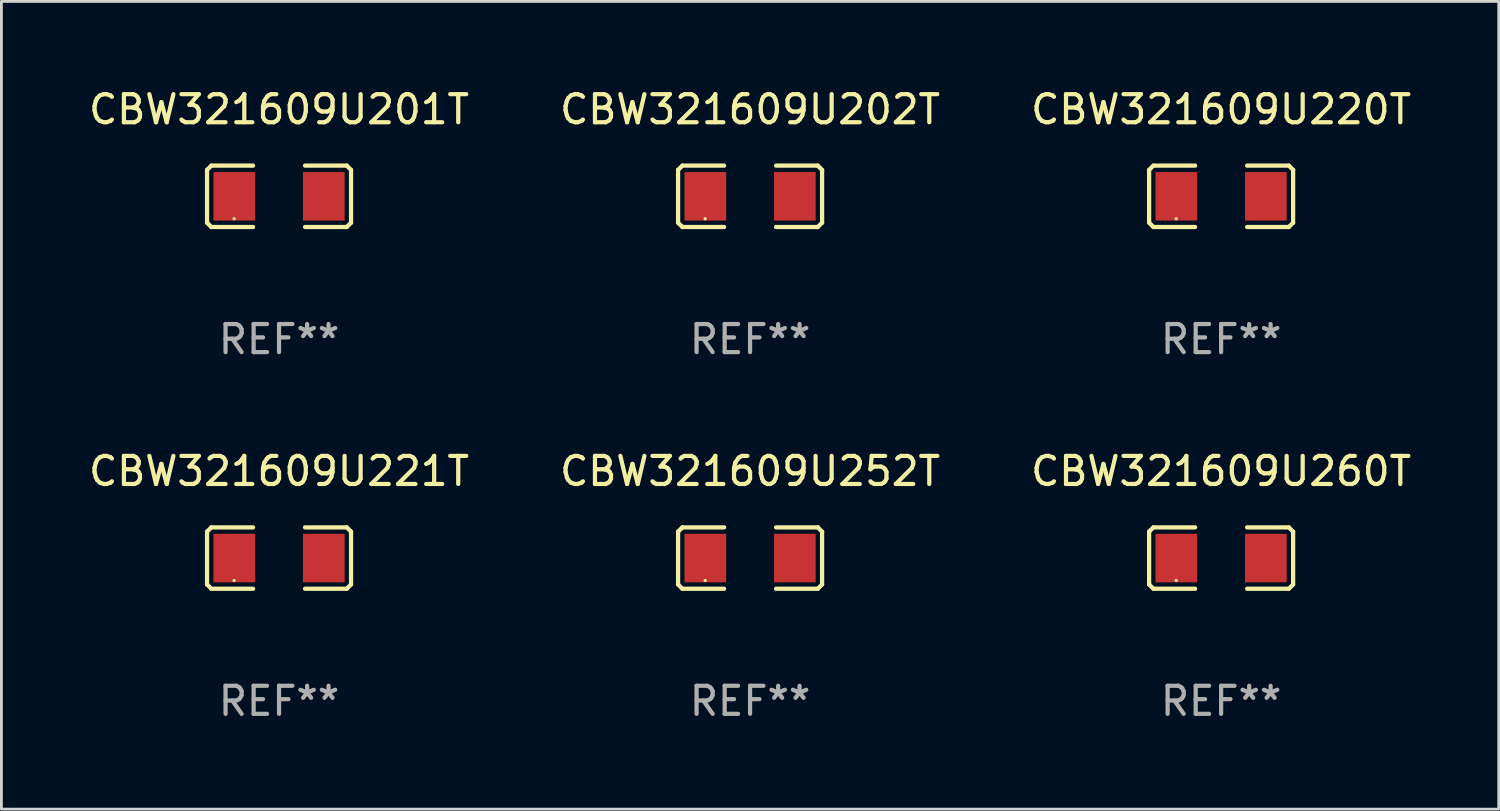
<source format=kicad_pcb>
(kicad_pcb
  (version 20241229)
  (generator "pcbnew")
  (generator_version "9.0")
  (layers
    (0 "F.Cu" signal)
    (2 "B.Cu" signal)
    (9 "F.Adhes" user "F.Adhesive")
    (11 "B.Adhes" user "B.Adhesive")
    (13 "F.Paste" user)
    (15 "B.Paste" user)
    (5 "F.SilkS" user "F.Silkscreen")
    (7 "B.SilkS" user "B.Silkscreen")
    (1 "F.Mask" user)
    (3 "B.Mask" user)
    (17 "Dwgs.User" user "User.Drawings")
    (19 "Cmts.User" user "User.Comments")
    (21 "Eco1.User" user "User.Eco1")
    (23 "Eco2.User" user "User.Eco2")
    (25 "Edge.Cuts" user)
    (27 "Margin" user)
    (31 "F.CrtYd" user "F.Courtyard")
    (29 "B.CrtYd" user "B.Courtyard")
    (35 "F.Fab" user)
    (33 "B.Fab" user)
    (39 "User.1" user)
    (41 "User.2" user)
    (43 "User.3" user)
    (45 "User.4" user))
  (footprint "CBW321609U252T"
    (layer "F.Cu")
    (at 23.661 16.823)
    (property "Reference" "CBW321609U252T" (at 0 -3.093 0) (layer "F.SilkS") (effects (font (size 1 1) (thickness 0.15))))
    (attr through_hole)
    (fp_line (start -2.564 -0.94) (end -2.411 -1.093) (stroke (width 0.152) (type solid)) (layer "F.SilkS"))
    (fp_line (start -2.564 0.94) (end -2.564 -0.94) (stroke (width 0.152) (type solid)) (layer "F.SilkS"))
    (fp_line (start -2.411 -1.093) (end -0.926 -1.093) (stroke (width 0.152) (type solid)) (layer "F.SilkS"))
    (fp_line (start -2.411 1.093) (end -2.564 0.94) (stroke (width 0.152) (type solid)) (layer "F.SilkS"))
    (fp_line (start -0.926 1.093) (end -2.411 1.093) (stroke (width 0.152) (type solid)) (layer "F.SilkS"))
    (fp_line (start 0.926 1.093) (end 2.411 1.093) (stroke (width 0.152) (type solid)) (layer "F.SilkS"))
    (fp_line (start 2.411 -1.093) (end 0.926 -1.093) (stroke (width 0.152) (type solid)) (layer "F.SilkS"))
    (fp_line (start 2.411 1.093) (end 2.564 0.94) (stroke (width 0.152) (type solid)) (layer "F.SilkS"))
    (fp_line (start 2.564 -0.94) (end 2.411 -1.093) (stroke (width 0.152) (type solid)) (layer "F.SilkS"))
    (fp_line (start 2.564 0.94) (end 2.564 -0.94) (stroke (width 0.152) (type solid)) (layer "F.SilkS"))
    (fp_circle (center -1.6 0.8) (end -1.57 0.8) (stroke (width 0.06) (type solid)) (fill no) (layer "F.SilkS"))
    (fp_text user "REF**" (at 0 5.093 0) (layer "F.Fab") (effects (font (size 1 1) (thickness 0.15))))
    (pad "1" smd rect (at -1.593 0) (size 1.485 1.728) (layers "F.Cu" "F.Mask" "F.Paste"))
    (pad "2" smd rect (at 1.593 0) (size 1.485 1.728) (layers "F.Cu" "F.Mask" "F.Paste")))
  (footprint "CBW321609U221T"
    (layer "F.Cu")
    (at 6.887 16.823)
    (property "Reference" "CBW321609U221T" (at 0 -3.093 0) (layer "F.SilkS") (effects (font (size 1 1) (thickness 0.15))))
    (attr through_hole)
    (fp_line (start -2.564 -0.94) (end -2.411 -1.093) (stroke (width 0.152) (type solid)) (layer "F.SilkS"))
    (fp_line (start -2.564 0.94) (end -2.564 -0.94) (stroke (width 0.152) (type solid)) (layer "F.SilkS"))
    (fp_line (start -2.411 -1.093) (end -0.926 -1.093) (stroke (width 0.152) (type solid)) (layer "F.SilkS"))
    (fp_line (start -2.411 1.093) (end -2.564 0.94) (stroke (width 0.152) (type solid)) (layer "F.SilkS"))
    (fp_line (start -0.926 1.093) (end -2.411 1.093) (stroke (width 0.152) (type solid)) (layer "F.SilkS"))
    (fp_line (start 0.926 1.093) (end 2.411 1.093) (stroke (width 0.152) (type solid)) (layer "F.SilkS"))
    (fp_line (start 2.411 -1.093) (end 0.926 -1.093) (stroke (width 0.152) (type solid)) (layer "F.SilkS"))
    (fp_line (start 2.411 1.093) (end 2.564 0.94) (stroke (width 0.152) (type solid)) (layer "F.SilkS"))
    (fp_line (start 2.564 -0.94) (end 2.411 -1.093) (stroke (width 0.152) (type solid)) (layer "F.SilkS"))
    (fp_line (start 2.564 0.94) (end 2.564 -0.94) (stroke (width 0.152) (type solid)) (layer "F.SilkS"))
    (fp_circle (center -1.6 0.8) (end -1.57 0.8) (stroke (width 0.06) (type solid)) (fill no) (layer "F.SilkS"))
    (fp_text user "REF**" (at 0 5.093 0) (layer "F.Fab") (effects (font (size 1 1) (thickness 0.15))))
    (pad "1" smd rect (at -1.593 0) (size 1.485 1.728) (layers "F.Cu" "F.Mask" "F.Paste"))
    (pad "2" smd rect (at 1.593 0) (size 1.485 1.728) (layers "F.Cu" "F.Mask" "F.Paste")))
  (footprint "CBW321609U201T"
    (layer "F.Cu")
    (at 6.887 3.941)
    (property "Reference" "CBW321609U201T" (at 0 -3.093 0) (layer "F.SilkS") (effects (font (size 1 1) (thickness 0.15))))
    (attr through_hole)
    (fp_line (start -2.564 -0.94) (end -2.411 -1.093) (stroke (width 0.152) (type solid)) (layer "F.SilkS"))
    (fp_line (start -2.564 0.94) (end -2.564 -0.94) (stroke (width 0.152) (type solid)) (layer "F.SilkS"))
    (fp_line (start -2.411 -1.093) (end -0.926 -1.093) (stroke (width 0.152) (type solid)) (layer "F.SilkS"))
    (fp_line (start -2.411 1.093) (end -2.564 0.94) (stroke (width 0.152) (type solid)) (layer "F.SilkS"))
    (fp_line (start -0.926 1.093) (end -2.411 1.093) (stroke (width 0.152) (type solid)) (layer "F.SilkS"))
    (fp_line (start 0.926 1.093) (end 2.411 1.093) (stroke (width 0.152) (type solid)) (layer "F.SilkS"))
    (fp_line (start 2.411 -1.093) (end 0.926 -1.093) (stroke (width 0.152) (type solid)) (layer "F.SilkS"))
    (fp_line (start 2.411 1.093) (end 2.564 0.94) (stroke (width 0.152) (type solid)) (layer "F.SilkS"))
    (fp_line (start 2.564 -0.94) (end 2.411 -1.093) (stroke (width 0.152) (type solid)) (layer "F.SilkS"))
    (fp_line (start 2.564 0.94) (end 2.564 -0.94) (stroke (width 0.152) (type solid)) (layer "F.SilkS"))
    (fp_circle (center -1.6 0.8) (end -1.57 0.8) (stroke (width 0.06) (type solid)) (fill no) (layer "F.SilkS"))
    (fp_text user "REF**" (at 0 5.093 0) (layer "F.Fab") (effects (font (size 1 1) (thickness 0.15))))
    (pad "1" smd rect (at -1.593 0) (size 1.485 1.728) (layers "F.Cu" "F.Mask" "F.Paste"))
    (pad "2" smd rect (at 1.593 0) (size 1.485 1.728) (layers "F.Cu" "F.Mask" "F.Paste")))
  (footprint "CBW321609U220T"
    (layer "F.Cu")
    (at 40.435 3.941)
    (property "Reference" "CBW321609U220T" (at 0 -3.093 0) (layer "F.SilkS") (effects (font (size 1 1) (thickness 0.15))))
    (attr through_hole)
    (fp_line (start -2.564 -0.94) (end -2.411 -1.093) (stroke (width 0.152) (type solid)) (layer "F.SilkS"))
    (fp_line (start -2.564 0.94) (end -2.564 -0.94) (stroke (width 0.152) (type solid)) (layer "F.SilkS"))
    (fp_line (start -2.411 -1.093) (end -0.926 -1.093) (stroke (width 0.152) (type solid)) (layer "F.SilkS"))
    (fp_line (start -2.411 1.093) (end -2.564 0.94) (stroke (width 0.152) (type solid)) (layer "F.SilkS"))
    (fp_line (start -0.926 1.093) (end -2.411 1.093) (stroke (width 0.152) (type solid)) (layer "F.SilkS"))
    (fp_line (start 0.926 1.093) (end 2.411 1.093) (stroke (width 0.152) (type solid)) (layer "F.SilkS"))
    (fp_line (start 2.411 -1.093) (end 0.926 -1.093) (stroke (width 0.152) (type solid)) (layer "F.SilkS"))
    (fp_line (start 2.411 1.093) (end 2.564 0.94) (stroke (width 0.152) (type solid)) (layer "F.SilkS"))
    (fp_line (start 2.564 -0.94) (end 2.411 -1.093) (stroke (width 0.152) (type solid)) (layer "F.SilkS"))
    (fp_line (start 2.564 0.94) (end 2.564 -0.94) (stroke (width 0.152) (type solid)) (layer "F.SilkS"))
    (fp_circle (center -1.6 0.8) (end -1.57 0.8) (stroke (width 0.06) (type solid)) (fill no) (layer "F.SilkS"))
    (fp_text user "REF**" (at 0 5.093 0) (layer "F.Fab") (effects (font (size 1 1) (thickness 0.15))))
    (pad "1" smd rect (at -1.593 0) (size 1.485 1.728) (layers "F.Cu" "F.Mask" "F.Paste"))
    (pad "2" smd rect (at 1.593 0) (size 1.485 1.728) (layers "F.Cu" "F.Mask" "F.Paste")))
  (footprint "CBW321609U202T"
    (layer "F.Cu")
    (at 23.661 3.941)
    (property "Reference" "CBW321609U202T" (at 0 -3.093 0) (layer "F.SilkS") (effects (font (size 1 1) (thickness 0.15))))
    (attr through_hole)
    (fp_line (start -2.564 -0.94) (end -2.411 -1.093) (stroke (width 0.152) (type solid)) (layer "F.SilkS"))
    (fp_line (start -2.564 0.94) (end -2.564 -0.94) (stroke (width 0.152) (type solid)) (layer "F.SilkS"))
    (fp_line (start -2.411 -1.093) (end -0.926 -1.093) (stroke (width 0.152) (type solid)) (layer "F.SilkS"))
    (fp_line (start -2.411 1.093) (end -2.564 0.94) (stroke (width 0.152) (type solid)) (layer "F.SilkS"))
    (fp_line (start -0.926 1.093) (end -2.411 1.093) (stroke (width 0.152) (type solid)) (layer "F.SilkS"))
    (fp_line (start 0.926 1.093) (end 2.411 1.093) (stroke (width 0.152) (type solid)) (layer "F.SilkS"))
    (fp_line (start 2.411 -1.093) (end 0.926 -1.093) (stroke (width 0.152) (type solid)) (layer "F.SilkS"))
    (fp_line (start 2.411 1.093) (end 2.564 0.94) (stroke (width 0.152) (type solid)) (layer "F.SilkS"))
    (fp_line (start 2.564 -0.94) (end 2.411 -1.093) (stroke (width 0.152) (type solid)) (layer "F.SilkS"))
    (fp_line (start 2.564 0.94) (end 2.564 -0.94) (stroke (width 0.152) (type solid)) (layer "F.SilkS"))
    (fp_circle (center -1.6 0.8) (end -1.57 0.8) (stroke (width 0.06) (type solid)) (fill no) (layer "F.SilkS"))
    (fp_text user "REF**" (at 0 5.093 0) (layer "F.Fab") (effects (font (size 1 1) (thickness 0.15))))
    (pad "1" smd rect (at -1.593 0) (size 1.485 1.728) (layers "F.Cu" "F.Mask" "F.Paste"))
    (pad "2" smd rect (at 1.593 0) (size 1.485 1.728) (layers "F.Cu" "F.Mask" "F.Paste")))
  (footprint "CBW321609U260T"
    (layer "F.Cu")
    (at 40.435 16.823)
    (property "Reference" "CBW321609U260T" (at 0 -3.093 0) (layer "F.SilkS") (effects (font (size 1 1) (thickness 0.15))))
    (attr through_hole)
    (fp_line (start -2.564 -0.94) (end -2.411 -1.093) (stroke (width 0.152) (type solid)) (layer "F.SilkS"))
    (fp_line (start -2.564 0.94) (end -2.564 -0.94) (stroke (width 0.152) (type solid)) (layer "F.SilkS"))
    (fp_line (start -2.411 -1.093) (end -0.926 -1.093) (stroke (width 0.152) (type solid)) (layer "F.SilkS"))
    (fp_line (start -2.411 1.093) (end -2.564 0.94) (stroke (width 0.152) (type solid)) (layer "F.SilkS"))
    (fp_line (start -0.926 1.093) (end -2.411 1.093) (stroke (width 0.152) (type solid)) (layer "F.SilkS"))
    (fp_line (start 0.926 1.093) (end 2.411 1.093) (stroke (width 0.152) (type solid)) (layer "F.SilkS"))
    (fp_line (start 2.411 -1.093) (end 0.926 -1.093) (stroke (width 0.152) (type solid)) (layer "F.SilkS"))
    (fp_line (start 2.411 1.093) (end 2.564 0.94) (stroke (width 0.152) (type solid)) (layer "F.SilkS"))
    (fp_line (start 2.564 -0.94) (end 2.411 -1.093) (stroke (width 0.152) (type solid)) (layer "F.SilkS"))
    (fp_line (start 2.564 0.94) (end 2.564 -0.94) (stroke (width 0.152) (type solid)) (layer "F.SilkS"))
    (fp_circle (center -1.6 0.8) (end -1.57 0.8) (stroke (width 0.06) (type solid)) (fill no) (layer "F.SilkS"))
    (fp_text user "REF**" (at 0 5.093 0) (layer "F.Fab") (effects (font (size 1 1) (thickness 0.15))))
    (pad "1" smd rect (at -1.593 0) (size 1.485 1.728) (layers "F.Cu" "F.Mask" "F.Paste"))
    (pad "2" smd rect (at 1.593 0) (size 1.485 1.728) (layers "F.Cu" "F.Mask" "F.Paste")))
  (gr_rect
    (start -3 -3)
    (end 50.321 25.763)
    (stroke (width 0.1) (type default))
    (fill no)
    (layer "Edge.Cuts")))
</source>
